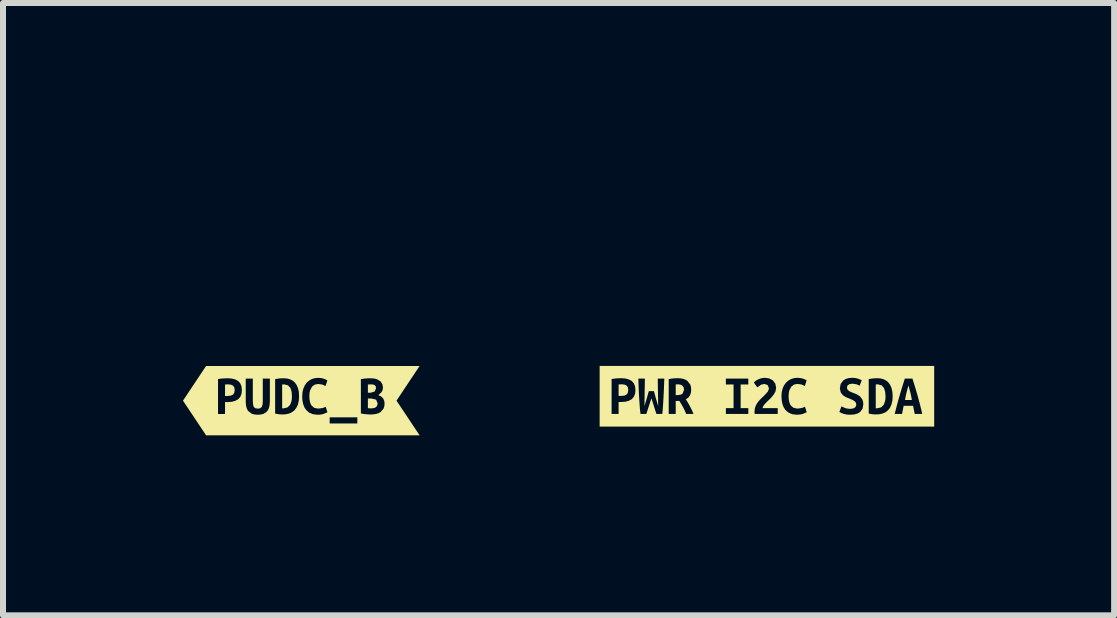
<source format=kicad_pcb>
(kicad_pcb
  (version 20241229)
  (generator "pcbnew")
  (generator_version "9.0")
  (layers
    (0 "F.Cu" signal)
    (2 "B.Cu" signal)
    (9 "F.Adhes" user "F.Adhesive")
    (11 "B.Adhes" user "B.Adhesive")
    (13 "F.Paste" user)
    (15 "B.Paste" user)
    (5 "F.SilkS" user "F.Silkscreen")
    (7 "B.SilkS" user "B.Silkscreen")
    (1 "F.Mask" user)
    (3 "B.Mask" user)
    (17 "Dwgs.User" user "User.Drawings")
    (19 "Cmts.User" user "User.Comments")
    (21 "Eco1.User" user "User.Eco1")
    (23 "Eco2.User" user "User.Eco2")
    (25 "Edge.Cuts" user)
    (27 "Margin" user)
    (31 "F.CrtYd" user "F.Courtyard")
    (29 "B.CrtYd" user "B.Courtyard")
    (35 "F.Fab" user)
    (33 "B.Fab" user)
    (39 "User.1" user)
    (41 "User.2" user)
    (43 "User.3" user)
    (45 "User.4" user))
  (footprint "kibuzzard-659D72BB"
    (layer "F.Cu")
    (at 9.733 3.555)
    (property "Reference" "kibuzzard-659D72BB" (at 0 -3.554 0) (layer "F.SilkS") (effects (font (size 0.001 0.001) (thickness 0.15))))
    (attr board_only exclude_from_pos_files exclude_from_bom)
    (fp_poly (pts (xy 2.359 -0.18) (xy 2.341 -0.117) (xy 2.326 -0.058) (xy 2.313 0.001) (xy 2.301 0.062) (xy 2.416 0.062) (xy 2.405 0.001) (xy 2.392 -0.058) (xy 2.376 -0.117) (xy 2.359 -0.18)) (stroke (width 0) (type solid)) (fill yes) (layer "F.SilkS"))
    (fp_poly (pts (xy -1.381 -0.109) (xy -1.388 -0.149) (xy -1.409 -0.177) (xy -1.442 -0.194) (xy -1.484 -0.199) (xy -1.501 -0.199) (xy -1.52 -0.196) (xy -1.52 -0.019) (xy -1.494 -0.019) (xy -1.442 -0.025) (xy -1.407 -0.042) (xy -1.381 -0.109)) (stroke (width 0) (type solid)) (fill yes) (layer "F.SilkS"))
    (fp_poly (pts (xy -2.414 -0.199) (xy -2.443 -0.199) (xy -2.472 -0.196) (xy -2.472 -0.006) (xy -2.425 -0.006) (xy -2.375 -0.011) (xy -2.34 -0.028) (xy -2.318 -0.058) (xy -2.311 -0.105) (xy -2.318 -0.149) (xy -2.339 -0.178) (xy -2.372 -0.194) (xy -2.414 -0.199)) (stroke (width 0) (type solid)) (fill yes) (layer "F.SilkS"))
    (fp_poly (pts (xy 1.814 0.2) (xy 1.825 0.201) (xy 1.835 0.201) (xy 1.902 0.186) (xy 1.946 0.144) (xy 1.97 0.08) (xy 1.975 0.042) (xy 1.977 0) (xy 1.971 -0.074) (xy 1.951 -0.138) (xy 1.912 -0.182) (xy 1.848 -0.199) (xy 1.831 -0.199) (xy 1.814 -0.196) (xy 1.814 0.2)) (stroke (width 0) (type solid)) (fill yes) (layer "F.SilkS"))
    (fp_poly (pts (xy -2.589 -0.506) (xy -2.788 -0.506) (xy -2.788 0.506) (xy -2.589 0.506) (xy -2.472 0.506) (xy -2.472 0.295) (xy -2.589 0.295) (xy -2.589 -0.287) (xy -2.551 -0.293) (xy -2.507 -0.298) (xy -2.465 -0.3) (xy -2.427 -0.301) (xy -2.358 -0.296) (xy -2.3 -0.28) (xy -2.253 -0.255) (xy -2.219 -0.217) (xy -2.198 -0.167) (xy -2.191 -0.104) (xy -2.198 -0.04) (xy -2.219 0.011) (xy -2.254 0.049) (xy -2.301 0.075) (xy -2.36 0.091) (xy -2.43 0.096) (xy -2.472 0.096) (xy -2.472 0.295) (xy -2.472 0.506) (xy -1.744 0.506) (xy -1.744 0.295) (xy -1.841 0.295) (xy -1.862 0.233) (xy -1.883 0.166) (xy -1.904 0.099) (xy -1.925 0.034) (xy -1.946 0.097) (xy -1.968 0.165) (xy -1.99 0.233) (xy -2.01 0.295) (xy -2.107 0.295) (xy -2.115 0.228) (xy -2.121 0.156) (xy -2.126 0.081) (xy -2.131 0.006) (xy -2.135 -0.07) (xy -2.138 -0.146) (xy -2.141 -0.222) (xy -2.143 -0.294) (xy -2.034 -0.294) (xy -2.035 -0.237) (xy -2.036 -0.178) (xy -2.037 -0.118) (xy -2.038 -0.059) (xy -2.039 0.000238) (xy -2.04 0.058) (xy -2.04 0.113) (xy -2.041 0.164) (xy -2.021 0.097) (xy -2 0.026) (xy -1.982 -0.039) (xy -1.968 -0.086) (xy -1.883 -0.086) (xy -1.871 -0.041) (xy -1.855 0.018) (xy -1.835 0.088) (xy -1.813 0.164) (xy -1.813 0.113) (xy -1.814 0.058) (xy -1.815 0.000357) (xy -1.816 -0.058) (xy -1.817 -0.118) (xy -1.818 -0.178) (xy -1.819 -0.237) (xy -1.819 -0.294) (xy -1.71 -0.294) (xy -1.713 -0.221) (xy -1.716 -0.145) (xy -1.719 -0.069) (xy -1.723 0.007) (xy -1.727 0.082) (xy -1.732 0.156) (xy -1.737 0.228) (xy -1.744 0.295) (xy -1.744 0.506) (xy -1.223 0.506) (xy -1.223 0.295) (xy -1.345 0.295) (xy -1.369 0.239) (xy -1.396 0.185) (xy -1.426 0.132) (xy -1.459 0.078) (xy -1.52 0.078) (xy -1.52 0.295) (xy -1.637 0.295) (xy -1.637 -0.286) (xy -1.599 -0.293) (xy -1.558 -0.298) (xy -1.518 -0.3) (xy -1.484 -0.301) (xy -1.436 -0.298) (xy -1.393 -0.29) (xy -1.355 -0.275) (xy -1.323 -0.254) (xy -1.277 -0.194) (xy -1.266 -0.154) (xy -1.262 -0.108) (xy -1.267 -0.059) (xy -1.283 -0.014) (xy -1.31 0.023) (xy -1.352 0.05) (xy -1.318 0.104) (xy -1.283 0.167) (xy -1.25 0.233) (xy -1.223 0.295) (xy -1.223 0.506) (xy -0.684 0.506) (xy -0.684 0.295) (xy -0.684 0.198) (xy -0.556 0.198) (xy -0.556 -0.197) (xy -0.684 -0.197) (xy -0.684 -0.294) (xy -0.31 -0.294) (xy -0.31 -0.197) (xy -0.438 -0.197) (xy -0.438 0.198) (xy -0.31 0.198) (xy -0.31 0.295) (xy -0.684 0.295) (xy -0.684 0.506) (xy 0.18 0.506) (xy 0.18 0.295) (xy -0.204 0.295) (xy -0.207 0.271) (xy -0.206 0.251) (xy -0.202 0.206) (xy -0.189 0.164) (xy -0.169 0.125) (xy -0.144 0.09) (xy -0.116 0.057) (xy -0.086 0.027) (xy -0.056 -0.001) (xy -0.028 -0.029) (xy 0.017 -0.08) (xy 0.035 -0.13) (xy 0.013 -0.186) (xy -0.042 -0.206) (xy -0.1 -0.192) (xy -0.16 -0.148) (xy -0.219 -0.23) (xy -0.178 -0.264) (xy -0.13 -0.289) (xy -0.081 -0.303) (xy -0.031 -0.308) (xy 0.039 -0.297) (xy 0.098 -0.266) (xy 0.139 -0.213) (xy 0.154 -0.139) (xy 0.142 -0.08) (xy 0.112 -0.026) (xy 0.069 0.026) (xy 0.02 0.073) (xy -0.008 0.1) (xy -0.039 0.133) (xy -0.063 0.167) (xy -0.073 0.198) (xy 0.18 0.198) (xy 0.18 0.295) (xy 0.18 0.506) (xy 0.499 0.506) (xy 0.499 0.308) (xy 0.422 0.299) (xy 0.359 0.272) (xy 0.308 0.228) (xy 0.279 0.183) (xy 0.259 0.131) (xy 0.247 0.07) (xy 0.242 0) (xy 0.247 -0.069) (xy 0.262 -0.13) (xy 0.286 -0.183) (xy 0.318 -0.227) (xy 0.357 -0.262) (xy 0.403 -0.287) (xy 0.454 -0.303) (xy 0.51 -0.308) (xy 0.567 -0.302) (xy 0.611 -0.291) (xy 0.643 -0.276) (xy 0.662 -0.265) (xy 0.632 -0.171) (xy 0.579 -0.196) (xy 0.508 -0.206) (xy 0.454 -0.196) (xy 0.408 -0.162) (xy 0.374 -0.1) (xy 0.365 -0.056) (xy 0.361 -0.003) (xy 0.365 0.059) (xy 0.377 0.111) (xy 0.396 0.152) (xy 0.442 0.192) (xy 0.51 0.206) (xy 0.586 0.195) (xy 0.634 0.174) (xy 0.663 0.267) (xy 0.596 0.295) (xy 0.551 0.304) (xy 0.499 0.308) (xy 0.499 0.506) (xy 1.39 0.506) (xy 1.39 0.308) (xy 1.324 0.304) (xy 1.273 0.292) (xy 1.207 0.263) (xy 1.242 0.168) (xy 1.303 0.196) (xy 1.343 0.206) (xy 1.39 0.21) (xy 1.439 0.203) (xy 1.47 0.186) (xy 1.486 0.161) (xy 1.49 0.133) (xy 1.48 0.101) (xy 1.453 0.076) (xy 1.417 0.056) (xy 1.377 0.039) (xy 1.322 0.017) (xy 1.27 -0.014) (xy 1.231 -0.061) (xy 1.216 -0.131) (xy 1.229 -0.205) (xy 1.27 -0.261) (xy 1.31 -0.287) (xy 1.359 -0.302) (xy 1.418 -0.308) (xy 1.469 -0.305) (xy 1.513 -0.295) (xy 1.581 -0.268) (xy 1.546 -0.177) (xy 1.494 -0.2) (xy 1.426 -0.21) (xy 1.375 -0.202) (xy 1.343 -0.179) (xy 1.333 -0.142) (xy 1.343 -0.112) (xy 1.367 -0.089) (xy 1.4 -0.071) (xy 1.437 -0.057) (xy 1.494 -0.034) (xy 1.55 0.000476) (xy 1.591 0.054) (xy 1.603 0.09) (xy 1.607 0.134) (xy 1.594 0.208) (xy 1.554 0.262) (xy 1.511 0.288) (xy 1.457 0.303) (xy 1.39 0.308) (xy 1.39 0.506) (xy 1.823 0.506) (xy 1.823 0.303) (xy 1.761 0.3) (xy 1.697 0.289) (xy 1.697 -0.287) (xy 1.772 -0.298) (xy 1.838 -0.301) (xy 1.893 -0.297) (xy 1.944 -0.284) (xy 1.988 -0.262) (xy 2.025 -0.23) (xy 2.055 -0.188) (xy 2.077 -0.137) (xy 2.091 -0.074) (xy 2.096 0) (xy 2.091 0.076) (xy 2.075 0.14) (xy 2.051 0.192) (xy 2.019 0.233) (xy 1.979 0.265) (xy 1.933 0.286) (xy 1.88 0.299) (xy 1.823 0.303) (xy 1.823 0.506) (xy 2.464 0.506) (xy 2.464 0.295) (xy 2.436 0.159) (xy 2.279 0.159) (xy 2.252 0.295) (xy 2.13 0.295) (xy 2.147 0.227) (xy 2.164 0.161) (xy 2.181 0.097) (xy 2.198 0.036) (xy 2.215 -0.022) (xy 2.236 -0.093) (xy 2.257 -0.162) (xy 2.278 -0.229) (xy 2.298 -0.294) (xy 2.426 -0.294) (xy 2.446 -0.229) (xy 2.467 -0.161) (xy 2.488 -0.091) (xy 2.509 -0.02) (xy 2.525 0.04) (xy 2.542 0.101) (xy 2.558 0.164) (xy 2.574 0.228) (xy 2.589 0.295) (xy 2.464 0.295) (xy 2.464 0.506) (xy 2.589 0.506) (xy 2.788 0.506) (xy 2.788 -0.506) (xy 2.589 -0.506) (xy -2.589 -0.506)) (stroke (width 0) (type solid)) (fill yes) (layer "F.SilkS")))
  (footprint "kibuzzard-659BFD28"
    (layer "F.Cu")
    (at 1.972 3.628)
    (property "Reference" "kibuzzard-659BFD28" (at 0 -3.626 0) (layer "F.SilkS") (effects (font (size 0.001 0.001) (thickness 0.15))))
    (attr board_only exclude_from_pos_files exclude_from_bom)
    (fp_poly (pts (xy 1.11 -0.035) (xy 1.11 0.125) (xy 1.137 0.128) (xy 1.166 0.129) (xy 1.205 0.125) (xy 1.239 0.113) (xy 1.263 0.087) (xy 1.273 0.045) (xy 1.246 -0.017) (xy 1.173 -0.035) (xy 1.11 -0.035)) (stroke (width 0) (type solid)) (fill yes) (layer "F.SilkS"))
    (fp_poly (pts (xy 1.156 -0.132) (xy 1.223 -0.152) (xy 1.246 -0.206) (xy 1.24 -0.24) (xy 1.222 -0.26) (xy 1.195 -0.269) (xy 1.163 -0.271) (xy 1.136 -0.271) (xy 1.11 -0.268) (xy 1.11 -0.132) (xy 1.156 -0.132)) (stroke (width 0) (type solid)) (fill yes) (layer "F.SilkS"))
    (fp_poly (pts (xy -1.213 -0.271) (xy -1.242 -0.271) (xy -1.271 -0.269) (xy -1.271 -0.078) (xy -1.223 -0.078) (xy -1.174 -0.084) (xy -1.139 -0.1) (xy -1.117 -0.131) (xy -1.11 -0.177) (xy -1.117 -0.221) (xy -1.138 -0.25) (xy -1.171 -0.266) (xy -1.213 -0.271)) (stroke (width 0) (type solid)) (fill yes) (layer "F.SilkS"))
    (fp_poly (pts (xy -0.319 0.128) (xy -0.308 0.129) (xy -0.298 0.129) (xy -0.231 0.113) (xy -0.187 0.071) (xy -0.163 0.008) (xy -0.158 -0.03) (xy -0.156 -0.072) (xy -0.161 -0.147) (xy -0.181 -0.211) (xy -0.221 -0.255) (xy -0.284 -0.271) (xy -0.301 -0.271) (xy -0.319 -0.269) (xy -0.319 0.128)) (stroke (width 0) (type solid)) (fill yes) (layer "F.SilkS"))
    (fp_poly (pts (xy -1.388 -0.578) (xy -1.587 -0.578) (xy -1.972 0) (xy -1.587 0.578) (xy -1.388 0.578) (xy -1.271 0.578) (xy -1.271 0.223) (xy -1.388 0.223) (xy -1.388 -0.359) (xy -1.35 -0.366) (xy -1.306 -0.37) (xy -1.263 -0.372) (xy -1.226 -0.373) (xy -1.157 -0.368) (xy -1.099 -0.353) (xy -1.052 -0.327) (xy -1.018 -0.29) (xy -0.997 -0.24) (xy -0.99 -0.176) (xy -0.997 -0.112) (xy -1.018 -0.061) (xy -1.053 -0.023) (xy -1.1 0.003) (xy -1.159 0.019) (xy -1.229 0.024) (xy -1.271 0.024) (xy -1.271 0.223) (xy -1.271 0.578) (xy -0.727 0.578) (xy -0.727 0.235) (xy -0.78 0.231) (xy -0.823 0.22) (xy -0.884 0.174) (xy -0.904 0.142) (xy -0.917 0.103) (xy -0.924 0.059) (xy -0.926 0.01) (xy -0.926 -0.367) (xy -0.808 -0.367) (xy -0.808 0.002) (xy -0.804 0.064) (xy -0.792 0.105) (xy -0.766 0.127) (xy -0.725 0.133) (xy -0.684 0.127) (xy -0.659 0.104) (xy -0.645 0.063) (xy -0.642 0.001) (xy -0.642 -0.367) (xy -0.524 -0.367) (xy -0.524 0.01) (xy -0.527 0.059) (xy -0.534 0.103) (xy -0.547 0.142) (xy -0.567 0.174) (xy -0.595 0.2) (xy -0.63 0.22) (xy -0.674 0.231) (xy -0.727 0.235) (xy -0.727 0.578) (xy -0.31 0.578) (xy -0.31 0.231) (xy -0.371 0.227) (xy -0.436 0.216) (xy -0.436 -0.359) (xy -0.361 -0.371) (xy -0.295 -0.373) (xy -0.239 -0.369) (xy -0.189 -0.356) (xy -0.144 -0.334) (xy -0.107 -0.302) (xy -0.078 -0.261) (xy -0.055 -0.209) (xy -0.041 -0.147) (xy -0.037 -0.072) (xy -0.042 0.003) (xy -0.057 0.067) (xy -0.082 0.119) (xy -0.114 0.161) (xy -0.153 0.192) (xy -0.2 0.214) (xy -0.253 0.226) (xy -0.31 0.231) (xy -0.31 0.578) (xy 0.271 0.578) (xy 0.271 0.235) (xy 0.194 0.226) (xy 0.131 0.2) (xy 0.08 0.155) (xy 0.052 0.111) (xy 0.031 0.058) (xy 0.019 -0.003) (xy 0.015 -0.072) (xy 0.02 -0.142) (xy 0.035 -0.203) (xy 0.059 -0.256) (xy 0.09 -0.3) (xy 0.13 -0.334) (xy 0.175 -0.36) (xy 0.227 -0.375) (xy 0.282 -0.38) (xy 0.339 -0.375) (xy 0.383 -0.363) (xy 0.415 -0.349) (xy 0.435 -0.337) (xy 0.404 -0.244) (xy 0.351 -0.268) (xy 0.281 -0.278) (xy 0.227 -0.268) (xy 0.18 -0.235) (xy 0.147 -0.172) (xy 0.137 -0.129) (xy 0.134 -0.075) (xy 0.138 -0.013) (xy 0.149 0.038) (xy 0.169 0.08) (xy 0.214 0.12) (xy 0.282 0.133) (xy 0.358 0.123) (xy 0.406 0.102) (xy 0.436 0.194) (xy 0.369 0.222) (xy 0.323 0.232) (xy 0.271 0.235) (xy 0.271 0.578) (xy 0.934 0.578) (xy 0.934 0.38) (xy 0.473 0.38) (xy 0.473 0.278) (xy 0.934 0.278) (xy 0.934 0.38) (xy 0.934 0.578) (xy 1.157 0.578) (xy 1.157 0.231) (xy 1.117 0.229) (xy 1.076 0.226) (xy 1.034 0.221) (xy 0.993 0.213) (xy 0.993 -0.359) (xy 1.066 -0.369) (xy 1.145 -0.373) (xy 1.206 -0.37) (xy 1.254 -0.36) (xy 1.32 -0.323) (xy 1.352 -0.273) (xy 1.361 -0.218) (xy 1.356 -0.179) (xy 1.34 -0.144) (xy 1.285 -0.092) (xy 1.336 -0.067) (xy 1.367 -0.033) (xy 1.383 0.005) (xy 1.388 0.045) (xy 1.384 0.094) (xy 1.37 0.134) (xy 1.321 0.191) (xy 1.287 0.209) (xy 1.248 0.221) (xy 1.204 0.228) (xy 1.157 0.231) (xy 1.157 0.578) (xy 1.388 0.578) (xy 1.587 0.578) (xy 1.972 0.578) (xy 1.587 0) (xy 1.972 -0.578) (xy 1.587 -0.578) (xy 1.388 -0.578) (xy -1.388 -0.578)) (stroke (width 0) (type solid)) (fill yes) (layer "F.SilkS")))
  (gr_rect
    (start -3 -3)
    (end 15.52 7.206)
    (stroke (width 0.1) (type default))
    (fill no)
    (layer "Edge.Cuts")))
</source>
